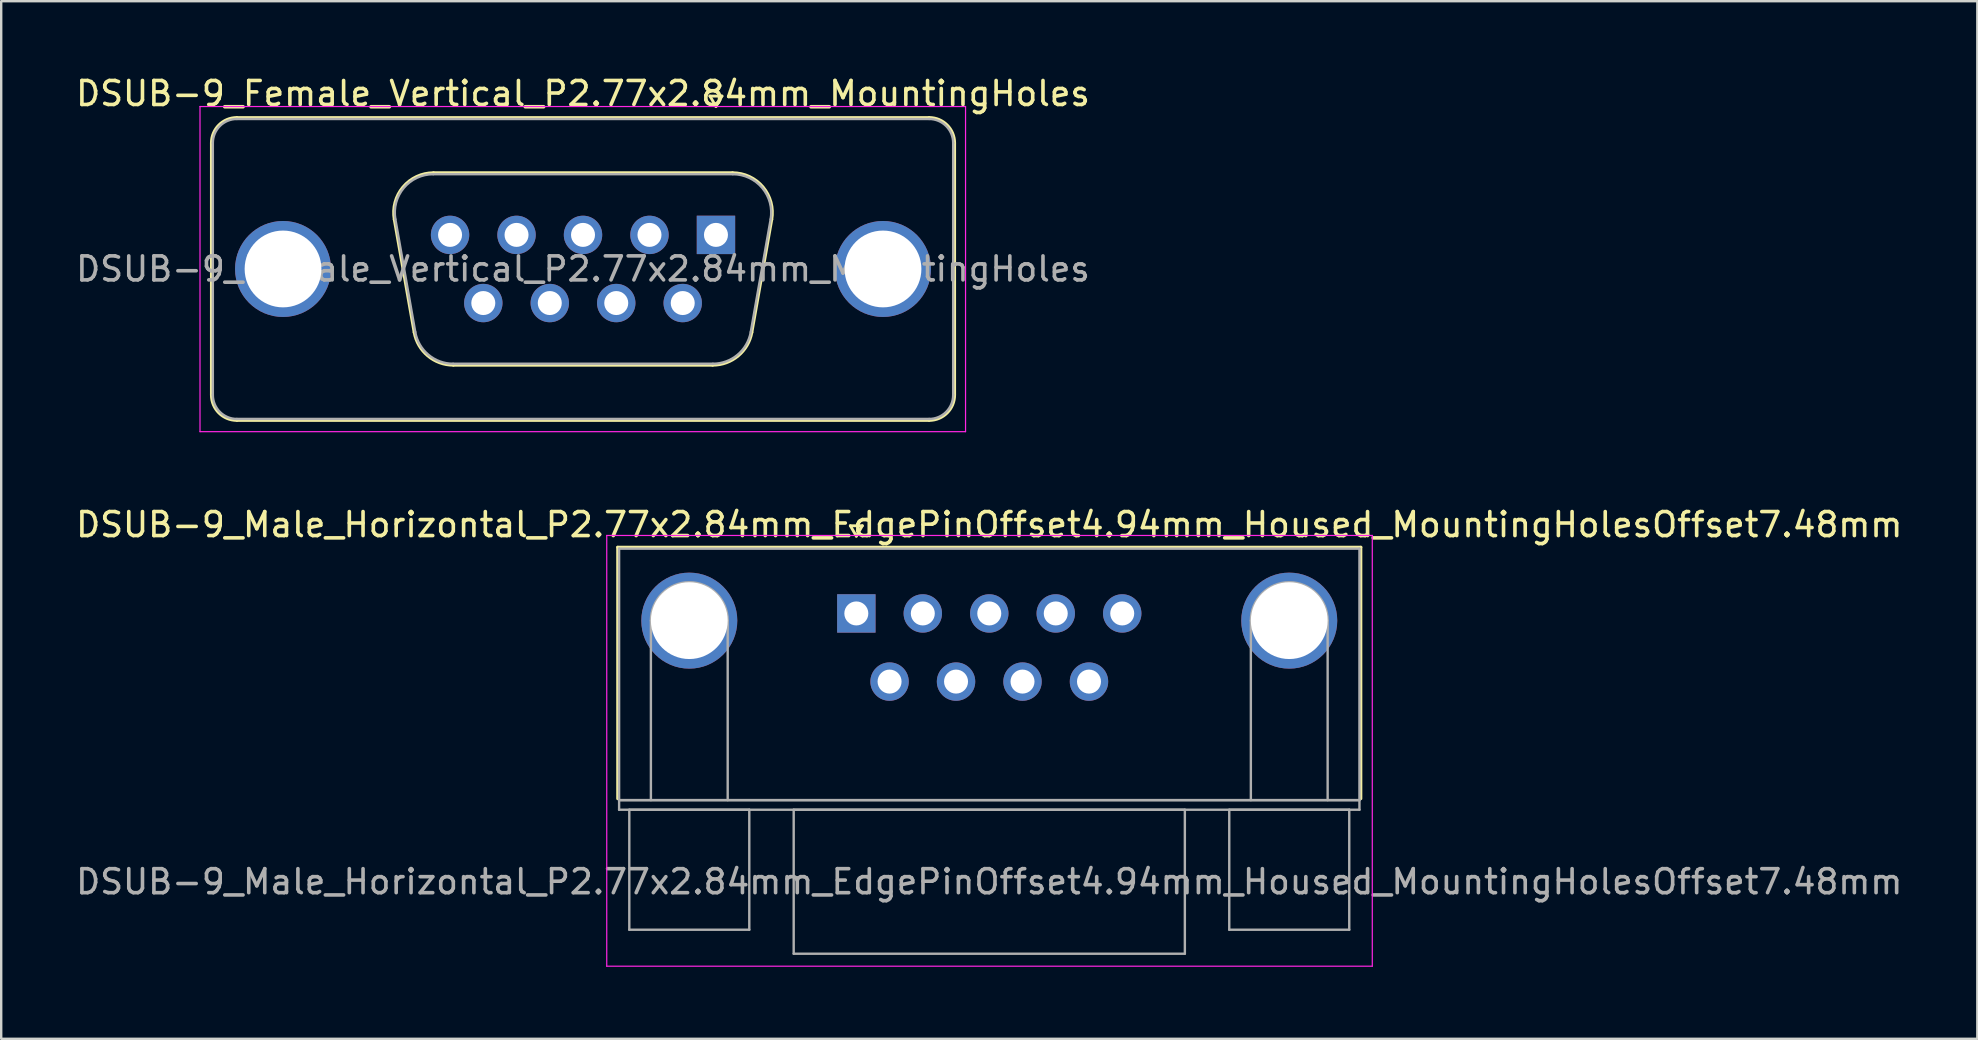
<source format=kicad_pcb>
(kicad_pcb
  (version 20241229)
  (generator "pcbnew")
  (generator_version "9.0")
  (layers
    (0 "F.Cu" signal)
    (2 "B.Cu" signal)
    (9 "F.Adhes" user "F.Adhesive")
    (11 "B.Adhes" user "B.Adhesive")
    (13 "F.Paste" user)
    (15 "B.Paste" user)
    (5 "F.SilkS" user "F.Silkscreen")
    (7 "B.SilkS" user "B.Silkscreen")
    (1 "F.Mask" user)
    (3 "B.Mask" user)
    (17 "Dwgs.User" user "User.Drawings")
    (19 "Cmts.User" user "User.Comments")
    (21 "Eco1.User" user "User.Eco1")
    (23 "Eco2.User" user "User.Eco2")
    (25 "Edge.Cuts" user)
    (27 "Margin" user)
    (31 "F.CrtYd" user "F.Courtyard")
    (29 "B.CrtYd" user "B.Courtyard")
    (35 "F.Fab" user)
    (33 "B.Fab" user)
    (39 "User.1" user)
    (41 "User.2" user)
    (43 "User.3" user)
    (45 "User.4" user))
  (footprint "DSUB-9_Female_Vertical_P2.77x2.84mm_MountingHoles"
    (layer "F.Cu")
    (at 26.784 6.738)
    (property "Reference" "DSUB-9_Female_Vertical_P2.77x2.84mm_MountingHoles" (at -5.54 -5.89 0) (layer "F.SilkS") (effects (font (size 1 1) (thickness 0.15))))
    (attr through_hole)
    (fp_line (start -21.025 6.67) (end -21.025 -3.83) (stroke (width 0.12) (type solid)) (layer "F.SilkS"))
    (fp_line (start -19.965 -4.89) (end 8.885 -4.89) (stroke (width 0.12) (type solid)) (layer "F.SilkS"))
    (fp_line (start -13.406 -0.642) (end -12.578 4.058) (stroke (width 0.12) (type solid)) (layer "F.SilkS"))
    (fp_line (start -11.772 -2.59) (end 0.692 -2.59) (stroke (width 0.12) (type solid)) (layer "F.SilkS"))
    (fp_line (start -10.943 5.43) (end -0.137 5.43) (stroke (width 0.12) (type solid)) (layer "F.SilkS"))
    (fp_line (start -0.25 -5.784) (end 0.25 -5.784) (stroke (width 0.12) (type solid)) (layer "F.SilkS"))
    (fp_line (start 0 -5.351) (end -0.25 -5.784) (stroke (width 0.12) (type solid)) (layer "F.SilkS"))
    (fp_line (start 0.25 -5.784) (end 0 -5.351) (stroke (width 0.12) (type solid)) (layer "F.SilkS"))
    (fp_line (start 2.326 -0.642) (end 1.498 4.058) (stroke (width 0.12) (type solid)) (layer "F.SilkS"))
    (fp_line (start 8.885 7.73) (end -19.965 7.73) (stroke (width 0.12) (type solid)) (layer "F.SilkS"))
    (fp_line (start 9.945 -3.83) (end 9.945 6.67) (stroke (width 0.12) (type solid)) (layer "F.SilkS"))
    (fp_arc (start -21.025 -3.83) (mid -20.714533 -4.579533) (end -19.965 -4.89) (stroke (width 0.12) (type solid)) (layer "F.SilkS"))
    (fp_arc (start -19.965 7.73) (mid -20.714533 7.419533) (end -21.025 6.67) (stroke (width 0.12) (type solid)) (layer "F.SilkS"))
    (fp_arc (start -13.40647 -0.641744) (mid -13.043323 -1.997028) (end -11.771689 -2.59) (stroke (width 0.12) (type solid)) (layer "F.SilkS"))
    (fp_arc (start -10.942952 5.43) (mid -12.009979 5.041634) (end -12.577733 4.058256) (stroke (width 0.12) (type solid)) (layer "F.SilkS"))
    (fp_arc (start 0.691689 -2.59) (mid 1.963323 -1.997027) (end 2.32647 -0.641744) (stroke (width 0.12) (type solid)) (layer "F.SilkS"))
    (fp_arc (start 1.497733 4.058256) (mid 0.92998 5.041634) (end -0.137048 5.43) (stroke (width 0.12) (type solid)) (layer "F.SilkS"))
    (fp_arc (start 8.885 -4.89) (mid 9.634533 -4.579533) (end 9.945 -3.83) (stroke (width 0.12) (type solid)) (layer "F.SilkS"))
    (fp_arc (start 9.945 6.67) (mid 9.634533 7.419533) (end 8.885 7.73) (stroke (width 0.12) (type solid)) (layer "F.SilkS"))
    (fp_line (start -21.5 -5.35) (end -21.5 8.2) (stroke (width 0.05) (type solid)) (layer "F.CrtYd"))
    (fp_line (start -21.5 8.2) (end 10.4 8.2) (stroke (width 0.05) (type solid)) (layer "F.CrtYd"))
    (fp_line (start 10.4 -5.35) (end -21.5 -5.35) (stroke (width 0.05) (type solid)) (layer "F.CrtYd"))
    (fp_line (start 10.4 8.2) (end 10.4 -5.35) (stroke (width 0.05) (type solid)) (layer "F.CrtYd"))
    (fp_line (start -20.965 6.67) (end -20.965 -3.83) (stroke (width 0.1) (type solid)) (layer "F.Fab"))
    (fp_line (start -19.965 -4.83) (end 8.885 -4.83) (stroke (width 0.1) (type solid)) (layer "F.Fab"))
    (fp_line (start -13.359 -0.652) (end -12.53 4.048) (stroke (width 0.1) (type solid)) (layer "F.Fab"))
    (fp_line (start -11.783 -2.53) (end 0.703 -2.53) (stroke (width 0.1) (type solid)) (layer "F.Fab"))
    (fp_line (start -10.954 5.37) (end -0.126 5.37) (stroke (width 0.1) (type solid)) (layer "F.Fab"))
    (fp_line (start 2.279 -0.652) (end 1.45 4.048) (stroke (width 0.1) (type solid)) (layer "F.Fab"))
    (fp_line (start 8.885 7.67) (end -19.965 7.67) (stroke (width 0.1) (type solid)) (layer "F.Fab"))
    (fp_line (start 9.885 -3.83) (end 9.885 6.67) (stroke (width 0.1) (type solid)) (layer "F.Fab"))
    (fp_arc (start -20.965 -3.83) (mid -20.672107 -4.537107) (end -19.965 -4.83) (stroke (width 0.1) (type solid)) (layer "F.Fab"))
    (fp_arc (start -19.965 7.67) (mid -20.672107 7.377107) (end -20.965 6.67) (stroke (width 0.1) (type solid)) (layer "F.Fab"))
    (fp_arc (start -13.358886 -0.652163) (mid -13.008865 -1.95846) (end -11.783194 -2.53) (stroke (width 0.1) (type solid)) (layer "F.Fab"))
    (fp_arc (start -10.954457 5.37) (mid -11.982917 4.995671) (end -12.530149 4.047837) (stroke (width 0.1) (type solid)) (layer "F.Fab"))
    (fp_arc (start 0.703194 -2.53) (mid 1.928865 -1.95846) (end 2.278886 -0.652163) (stroke (width 0.1) (type solid)) (layer "F.Fab"))
    (fp_arc (start 1.450149 4.047837) (mid 0.902917 4.995671) (end -0.125543 5.37) (stroke (width 0.1) (type solid)) (layer "F.Fab"))
    (fp_arc (start 8.885 -4.83) (mid 9.592107 -4.537107) (end 9.885 -3.83) (stroke (width 0.1) (type solid)) (layer "F.Fab"))
    (fp_arc (start 9.885 6.67) (mid 9.592107 7.377107) (end 8.885 7.67) (stroke (width 0.1) (type solid)) (layer "F.Fab"))
    (fp_text user "${REFERENCE}" (at -5.54 1.42 0) (layer "F.Fab") (effects (font (size 1 1) (thickness 0.15))))
    (pad "0" thru_hole circle (at -18.04 1.42) (size 4 4) (drill 3.2) (layers "*.Cu" "*.Mask"))
    (pad "0" thru_hole circle (at 6.96 1.42) (size 4 4) (drill 3.2) (layers "*.Cu" "*.Mask"))
    (pad "1" thru_hole rect (at 0 0) (size 1.6 1.6) (drill 1) (layers "*.Cu" "*.Mask"))
    (pad "2" thru_hole circle (at -2.77 0) (size 1.6 1.6) (drill 1) (layers "*.Cu" "*.Mask"))
    (pad "3" thru_hole circle (at -5.54 0) (size 1.6 1.6) (drill 1) (layers "*.Cu" "*.Mask"))
    (pad "4" thru_hole circle (at -8.31 0) (size 1.6 1.6) (drill 1) (layers "*.Cu" "*.Mask"))
    (pad "5" thru_hole circle (at -11.08 0) (size 1.6 1.6) (drill 1) (layers "*.Cu" "*.Mask"))
    (pad "6" thru_hole circle (at -1.385 2.84) (size 1.6 1.6) (drill 1) (layers "*.Cu" "*.Mask"))
    (pad "7" thru_hole circle (at -4.155 2.84) (size 1.6 1.6) (drill 1) (layers "*.Cu" "*.Mask"))
    (pad "8" thru_hole circle (at -6.925 2.84) (size 1.6 1.6) (drill 1) (layers "*.Cu" "*.Mask"))
    (pad "9" thru_hole circle (at -9.695 2.84) (size 1.6 1.6) (drill 1) (layers "*.Cu" "*.Mask")))
  (footprint "DSUB-9_Male_Horizontal_P2.77x2.84mm_EdgePinOffset4.94mm_Housed_MountingHolesOffset7.48mm"
    (layer "F.Cu")
    (at 32.633 22.512)
    (property "Reference" "DSUB-9_Male_Horizontal_P2.77x2.84mm_EdgePinOffset4.94mm_Housed_MountingHolesOffset7.48mm" (at 5.54 -3.7 0) (layer "F.SilkS") (effects (font (size 1 1) (thickness 0.15))))
    (attr through_hole)
    (fp_line (start -9.945 -2.76) (end 21.025 -2.76) (stroke (width 0.12) (type solid)) (layer "F.SilkS"))
    (fp_line (start -9.945 7.72) (end -9.945 -2.76) (stroke (width 0.12) (type solid)) (layer "F.SilkS"))
    (fp_line (start -0.25 -3.654) (end 0.25 -3.654) (stroke (width 0.12) (type solid)) (layer "F.SilkS"))
    (fp_line (start 0 -3.221) (end -0.25 -3.654) (stroke (width 0.12) (type solid)) (layer "F.SilkS"))
    (fp_line (start 0.25 -3.654) (end 0 -3.221) (stroke (width 0.12) (type solid)) (layer "F.SilkS"))
    (fp_line (start 21.025 -2.76) (end 21.025 7.72) (stroke (width 0.12) (type solid)) (layer "F.SilkS"))
    (fp_line (start -10.4 -3.25) (end -10.4 14.7) (stroke (width 0.05) (type solid)) (layer "F.CrtYd"))
    (fp_line (start -10.4 14.7) (end 21.5 14.7) (stroke (width 0.05) (type solid)) (layer "F.CrtYd"))
    (fp_line (start 21.5 -3.25) (end -10.4 -3.25) (stroke (width 0.05) (type solid)) (layer "F.CrtYd"))
    (fp_line (start 21.5 14.7) (end 21.5 -3.25) (stroke (width 0.05) (type solid)) (layer "F.CrtYd"))
    (fp_line (start -9.885 -2.7) (end -9.885 7.78) (stroke (width 0.1) (type solid)) (layer "F.Fab"))
    (fp_line (start -9.885 7.78) (end -9.885 8.18) (stroke (width 0.1) (type solid)) (layer "F.Fab"))
    (fp_line (start -9.885 7.78) (end 20.965 7.78) (stroke (width 0.1) (type solid)) (layer "F.Fab"))
    (fp_line (start -9.885 8.18) (end 20.965 8.18) (stroke (width 0.1) (type solid)) (layer "F.Fab"))
    (fp_line (start -9.46 8.18) (end -9.46 13.18) (stroke (width 0.1) (type solid)) (layer "F.Fab"))
    (fp_line (start -9.46 13.18) (end -4.46 13.18) (stroke (width 0.1) (type solid)) (layer "F.Fab"))
    (fp_line (start -8.56 7.78) (end -8.56 0.3) (stroke (width 0.1) (type solid)) (layer "F.Fab"))
    (fp_line (start -5.36 7.78) (end -5.36 0.3) (stroke (width 0.1) (type solid)) (layer "F.Fab"))
    (fp_line (start -4.46 8.18) (end -9.46 8.18) (stroke (width 0.1) (type solid)) (layer "F.Fab"))
    (fp_line (start -4.46 13.18) (end -4.46 8.18) (stroke (width 0.1) (type solid)) (layer "F.Fab"))
    (fp_line (start -2.61 8.18) (end -2.61 14.18) (stroke (width 0.1) (type solid)) (layer "F.Fab"))
    (fp_line (start -2.61 14.18) (end 13.69 14.18) (stroke (width 0.1) (type solid)) (layer "F.Fab"))
    (fp_line (start 13.69 8.18) (end -2.61 8.18) (stroke (width 0.1) (type solid)) (layer "F.Fab"))
    (fp_line (start 13.69 14.18) (end 13.69 8.18) (stroke (width 0.1) (type solid)) (layer "F.Fab"))
    (fp_line (start 15.54 8.18) (end 15.54 13.18) (stroke (width 0.1) (type solid)) (layer "F.Fab"))
    (fp_line (start 15.54 13.18) (end 20.54 13.18) (stroke (width 0.1) (type solid)) (layer "F.Fab"))
    (fp_line (start 16.44 7.78) (end 16.44 0.3) (stroke (width 0.1) (type solid)) (layer "F.Fab"))
    (fp_line (start 19.64 7.78) (end 19.64 0.3) (stroke (width 0.1) (type solid)) (layer "F.Fab"))
    (fp_line (start 20.54 8.18) (end 15.54 8.18) (stroke (width 0.1) (type solid)) (layer "F.Fab"))
    (fp_line (start 20.54 13.18) (end 20.54 8.18) (stroke (width 0.1) (type solid)) (layer "F.Fab"))
    (fp_line (start 20.965 -2.7) (end -9.885 -2.7) (stroke (width 0.1) (type solid)) (layer "F.Fab"))
    (fp_line (start 20.965 7.78) (end -9.885 7.78) (stroke (width 0.1) (type solid)) (layer "F.Fab"))
    (fp_line (start 20.965 7.78) (end 20.965 -2.7) (stroke (width 0.1) (type solid)) (layer "F.Fab"))
    (fp_line (start 20.965 8.18) (end 20.965 7.78) (stroke (width 0.1) (type solid)) (layer "F.Fab"))
    (fp_arc (start -8.56 0.3) (mid -6.96 -1.3) (end -5.36 0.3) (stroke (width 0.1) (type solid)) (layer "F.Fab"))
    (fp_arc (start 16.44 0.3) (mid 18.04 -1.3) (end 19.64 0.3) (stroke (width 0.1) (type solid)) (layer "F.Fab"))
    (fp_text user "${REFERENCE}" (at 5.54 11.18 0) (layer "F.Fab") (effects (font (size 1 1) (thickness 0.15))))
    (pad "0" thru_hole circle (at -6.96 0.3) (size 4 4) (drill 3.2) (layers "*.Cu" "*.Mask"))
    (pad "0" thru_hole circle (at 18.04 0.3) (size 4 4) (drill 3.2) (layers "*.Cu" "*.Mask"))
    (pad "1" thru_hole rect (at 0 0) (size 1.6 1.6) (drill 1) (layers "*.Cu" "*.Mask"))
    (pad "2" thru_hole circle (at 2.77 0) (size 1.6 1.6) (drill 1) (layers "*.Cu" "*.Mask"))
    (pad "3" thru_hole circle (at 5.54 0) (size 1.6 1.6) (drill 1) (layers "*.Cu" "*.Mask"))
    (pad "4" thru_hole circle (at 8.31 0) (size 1.6 1.6) (drill 1) (layers "*.Cu" "*.Mask"))
    (pad "5" thru_hole circle (at 11.08 0) (size 1.6 1.6) (drill 1) (layers "*.Cu" "*.Mask"))
    (pad "6" thru_hole circle (at 1.385 2.84) (size 1.6 1.6) (drill 1) (layers "*.Cu" "*.Mask"))
    (pad "7" thru_hole circle (at 4.155 2.84) (size 1.6 1.6) (drill 1) (layers "*.Cu" "*.Mask"))
    (pad "8" thru_hole circle (at 6.925 2.84) (size 1.6 1.6) (drill 1) (layers "*.Cu" "*.Mask"))
    (pad "9" thru_hole circle (at 9.695 2.84) (size 1.6 1.6) (drill 1) (layers "*.Cu" "*.Mask")))
  (gr_rect
    (start -3 -3)
    (end 79.345 40.236)
    (stroke (width 0.1) (type default))
    (fill no)
    (layer "Edge.Cuts")))
</source>
